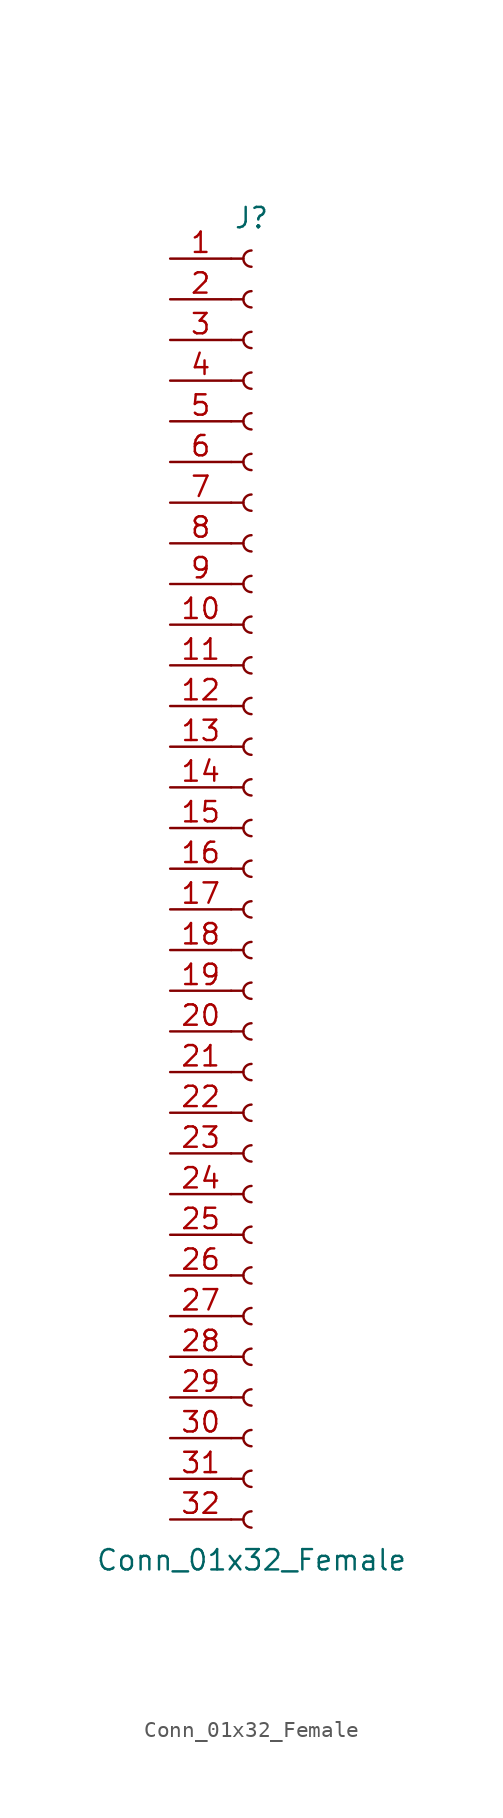
<source format=kicad_sym>
(kicad_symbol_lib
  (version 20201005)
  (generator kicad_symbol_editor)
  (symbol "Connector:Conn_01x32_Female"
    (pin_names
      (offset 1.016) hide)
    (property "Reference" "J"
      (at 0 40.64 0)
      (effects (font (size 1.27 1.27))))
    (property "Value" "Conn_01x32_Female"
      (at 0 -43.18 0)
      (effects (font (size 1.27 1.27))))
    (symbol "Conn_01x32_Female_1_1"
      (arc (start 0 -40.132) (end 0 -41.148) (radius (at 0 -40.64) (length 0.508) (angles 90.1 -90.1)) (stroke (width 0.1524)) (fill (type none)))
      (arc (start 0 -37.592) (end 0 -38.608) (radius (at 0 -38.1) (length 0.508) (angles 90.1 -90.1)) (stroke (width 0.1524)) (fill (type none)))
      (arc (start 0 -35.052) (end 0 -36.068) (radius (at 0 -35.56) (length 0.508) (angles 90.1 -90.1)) (stroke (width 0.1524)) (fill (type none)))
      (arc (start 0 -32.512) (end 0 -33.528) (radius (at 0 -33.02) (length 0.508) (angles 90.1 -90.1)) (stroke (width 0.1524)) (fill (type none)))
      (arc (start 0 -29.972) (end 0 -30.988) (radius (at 0 -30.48) (length 0.508) (angles 90.1 -90.1)) (stroke (width 0.1524)) (fill (type none)))
      (arc (start 0 -27.432) (end 0 -28.448) (radius (at 0 -27.94) (length 0.508) (angles 90.1 -90.1)) (stroke (width 0.1524)) (fill (type none)))
      (arc (start 0 -24.892) (end 0 -25.908) (radius (at 0 -25.4) (length 0.508) (angles 90.1 -90.1)) (stroke (width 0.1524)) (fill (type none)))
      (arc (start 0 -22.352) (end 0 -23.368) (radius (at 0 -22.86) (length 0.508) (angles 90.1 -90.1)) (stroke (width 0.1524)) (fill (type none)))
      (arc (start 0 -19.812) (end 0 -20.828) (radius (at 0 -20.32) (length 0.508) (angles 90.1 -90.1)) (stroke (width 0.1524)) (fill (type none)))
      (arc (start 0 -17.272) (end 0 -18.288) (radius (at 0 -17.78) (length 0.508) (angles 90.1 -90.1)) (stroke (width 0.1524)) (fill (type none)))
      (arc (start 0 -14.732) (end 0 -15.748) (radius (at 0 -15.24) (length 0.508) (angles 90.1 -90.1)) (stroke (width 0.1524)) (fill (type none)))
      (arc (start 0 -12.192) (end 0 -13.208) (radius (at 0 -12.7) (length 0.508) (angles 90.1 -90.1)) (stroke (width 0.1524)) (fill (type none)))
      (arc (start 0 -9.652) (end 0 -10.668) (radius (at 0 -10.16) (length 0.508) (angles 90.1 -90.1)) (stroke (width 0.1524)) (fill (type none)))
      (arc (start 0 -7.112) (end 0 -8.128) (radius (at 0 -7.62) (length 0.508) (angles 90.1 -90.1)) (stroke (width 0.1524)) (fill (type none)))
      (arc (start 0 -4.572) (end 0 -5.588) (radius (at 0 -5.08) (length 0.508) (angles 90.1 -90.1)) (stroke (width 0.1524)) (fill (type none)))
      (arc (start 0 -2.032) (end 0 -3.048) (radius (at 0 -2.54) (length 0.508) (angles 90.1 -90.1)) (stroke (width 0.1524)) (fill (type none)))
      (arc (start 0 0.508) (end 0 -0.508) (radius (at 0 0) (length 0.508) (angles 90.1 -90.1)) (stroke (width 0.1524)) (fill (type none)))
      (arc (start 0 3.048) (end 0 2.032) (radius (at 0 2.54) (length 0.508) (angles 90.1 -90.1)) (stroke (width 0.1524)) (fill (type none)))
      (arc (start 0 5.588) (end 0 4.572) (radius (at 0 5.08) (length 0.508) (angles 90.1 -90.1)) (stroke (width 0.1524)) (fill (type none)))
      (arc (start 0 8.128) (end 0 7.112) (radius (at 0 7.62) (length 0.508) (angles 90.1 -90.1)) (stroke (width 0.1524)) (fill (type none)))
      (arc (start 0 10.668) (end 0 9.652) (radius (at 0 10.16) (length 0.508) (angles 90.1 -90.1)) (stroke (width 0.1524)) (fill (type none)))
      (arc (start 0 13.208) (end 0 12.192) (radius (at 0 12.7) (length 0.508) (angles 90.1 -90.1)) (stroke (width 0.1524)) (fill (type none)))
      (arc (start 0 15.748) (end 0 14.732) (radius (at 0 15.24) (length 0.508) (angles 90.1 -90.1)) (stroke (width 0.1524)) (fill (type none)))
      (arc (start 0 18.288) (end 0 17.272) (radius (at 0 17.78) (length 0.508) (angles 90.1 -90.1)) (stroke (width 0.1524)) (fill (type none)))
      (arc (start 0 20.828) (end 0 19.812) (radius (at 0 20.32) (length 0.508) (angles 90.1 -90.1)) (stroke (width 0.1524)) (fill (type none)))
      (arc (start 0 23.368) (end 0 22.352) (radius (at 0 22.86) (length 0.508) (angles 90.1 -90.1)) (stroke (width 0.1524)) (fill (type none)))
      (arc (start 0 25.908) (end 0 24.892) (radius (at 0 25.4) (length 0.508) (angles 90.1 -90.1)) (stroke (width 0.1524)) (fill (type none)))
      (arc (start 0 28.448) (end 0 27.432) (radius (at 0 27.94) (length 0.508) (angles 90.1 -90.1)) (stroke (width 0.1524)) (fill (type none)))
      (arc (start 0 30.988) (end 0 29.972) (radius (at 0 30.48) (length 0.508) (angles 90.1 -90.1)) (stroke (width 0.1524)) (fill (type none)))
      (arc (start 0 33.528) (end 0 32.512) (radius (at 0 33.02) (length 0.508) (angles 90.1 -90.1)) (stroke (width 0.1524)) (fill (type none)))
      (arc (start 0 36.068) (end 0 35.052) (radius (at 0 35.56) (length 0.508) (angles 90.1 -90.1)) (stroke (width 0.1524)) (fill (type none)))
      (arc (start 0 38.608) (end 0 37.592) (radius (at 0 38.1) (length 0.508) (angles 90.1 -90.1)) (stroke (width 0.1524)) (fill (type none)))
      (polyline (pts (xy -1.27 -40.64) (xy -0.508 -40.64)) (stroke (width 0.152)) (fill (type none)))
      (polyline (pts (xy -1.27 -38.1) (xy -0.508 -38.1)) (stroke (width 0.152)) (fill (type none)))
      (polyline (pts (xy -1.27 -35.56) (xy -0.508 -35.56)) (stroke (width 0.152)) (fill (type none)))
      (polyline (pts (xy -1.27 -33.02) (xy -0.508 -33.02)) (stroke (width 0.152)) (fill (type none)))
      (polyline (pts (xy -1.27 -30.48) (xy -0.508 -30.48)) (stroke (width 0.152)) (fill (type none)))
      (polyline (pts (xy -1.27 -27.94) (xy -0.508 -27.94)) (stroke (width 0.152)) (fill (type none)))
      (polyline (pts (xy -1.27 -25.4) (xy -0.508 -25.4)) (stroke (width 0.152)) (fill (type none)))
      (polyline (pts (xy -1.27 -22.86) (xy -0.508 -22.86)) (stroke (width 0.152)) (fill (type none)))
      (polyline (pts (xy -1.27 -20.32) (xy -0.508 -20.32)) (stroke (width 0.152)) (fill (type none)))
      (polyline (pts (xy -1.27 -17.78) (xy -0.508 -17.78)) (stroke (width 0.152)) (fill (type none)))
      (polyline (pts (xy -1.27 -15.24) (xy -0.508 -15.24)) (stroke (width 0.152)) (fill (type none)))
      (polyline (pts (xy -1.27 -12.7) (xy -0.508 -12.7)) (stroke (width 0.152)) (fill (type none)))
      (polyline (pts (xy -1.27 -10.16) (xy -0.508 -10.16)) (stroke (width 0.152)) (fill (type none)))
      (polyline (pts (xy -1.27 -7.62) (xy -0.508 -7.62)) (stroke (width 0.152)) (fill (type none)))
      (polyline (pts (xy -1.27 -5.08) (xy -0.508 -5.08)) (stroke (width 0.152)) (fill (type none)))
      (polyline (pts (xy -1.27 -2.54) (xy -0.508 -2.54)) (stroke (width 0.152)) (fill (type none)))
      (polyline (pts (xy -1.27 0) (xy -0.508 0)) (stroke (width 0.152)) (fill (type none)))
      (polyline (pts (xy -1.27 2.54) (xy -0.508 2.54)) (stroke (width 0.152)) (fill (type none)))
      (polyline (pts (xy -1.27 5.08) (xy -0.508 5.08)) (stroke (width 0.152)) (fill (type none)))
      (polyline (pts (xy -1.27 7.62) (xy -0.508 7.62)) (stroke (width 0.152)) (fill (type none)))
      (polyline (pts (xy -1.27 10.16) (xy -0.508 10.16)) (stroke (width 0.152)) (fill (type none)))
      (polyline (pts (xy -1.27 12.7) (xy -0.508 12.7)) (stroke (width 0.152)) (fill (type none)))
      (polyline (pts (xy -1.27 15.24) (xy -0.508 15.24)) (stroke (width 0.152)) (fill (type none)))
      (polyline (pts (xy -1.27 17.78) (xy -0.508 17.78)) (stroke (width 0.152)) (fill (type none)))
      (polyline (pts (xy -1.27 20.32) (xy -0.508 20.32)) (stroke (width 0.152)) (fill (type none)))
      (polyline (pts (xy -1.27 22.86) (xy -0.508 22.86)) (stroke (width 0.152)) (fill (type none)))
      (polyline (pts (xy -1.27 25.4) (xy -0.508 25.4)) (stroke (width 0.152)) (fill (type none)))
      (polyline (pts (xy -1.27 27.94) (xy -0.508 27.94)) (stroke (width 0.152)) (fill (type none)))
      (polyline (pts (xy -1.27 30.48) (xy -0.508 30.48)) (stroke (width 0.152)) (fill (type none)))
      (polyline (pts (xy -1.27 33.02) (xy -0.508 33.02)) (stroke (width 0.152)) (fill (type none)))
      (polyline (pts (xy -1.27 35.56) (xy -0.508 35.56)) (stroke (width 0.152)) (fill (type none)))
      (polyline (pts (xy -1.27 38.1) (xy -0.508 38.1)) (stroke (width 0.152)) (fill (type none)))
      (pin passive line (at -5.08 38.1 0) (length 3.81) (name "Pin_1" (effects (font (size 1.27 1.27)))) (number "1" (effects (font (size 1.27 1.27)))))
      (pin passive line (at -5.08 15.24 0) (length 3.81) (name "Pin_10" (effects (font (size 1.27 1.27)))) (number "10" (effects (font (size 1.27 1.27)))))
      (pin passive line (at -5.08 12.7 0) (length 3.81) (name "Pin_11" (effects (font (size 1.27 1.27)))) (number "11" (effects (font (size 1.27 1.27)))))
      (pin passive line (at -5.08 10.16 0) (length 3.81) (name "Pin_12" (effects (font (size 1.27 1.27)))) (number "12" (effects (font (size 1.27 1.27)))))
      (pin passive line (at -5.08 7.62 0) (length 3.81) (name "Pin_13" (effects (font (size 1.27 1.27)))) (number "13" (effects (font (size 1.27 1.27)))))
      (pin passive line (at -5.08 5.08 0) (length 3.81) (name "Pin_14" (effects (font (size 1.27 1.27)))) (number "14" (effects (font (size 1.27 1.27)))))
      (pin passive line (at -5.08 2.54 0) (length 3.81) (name "Pin_15" (effects (font (size 1.27 1.27)))) (number "15" (effects (font (size 1.27 1.27)))))
      (pin passive line (at -5.08 0 0) (length 3.81) (name "Pin_16" (effects (font (size 1.27 1.27)))) (number "16" (effects (font (size 1.27 1.27)))))
      (pin passive line (at -5.08 -2.54 0) (length 3.81) (name "Pin_17" (effects (font (size 1.27 1.27)))) (number "17" (effects (font (size 1.27 1.27)))))
      (pin passive line (at -5.08 -5.08 0) (length 3.81) (name "Pin_18" (effects (font (size 1.27 1.27)))) (number "18" (effects (font (size 1.27 1.27)))))
      (pin passive line (at -5.08 -7.62 0) (length 3.81) (name "Pin_19" (effects (font (size 1.27 1.27)))) (number "19" (effects (font (size 1.27 1.27)))))
      (pin passive line (at -5.08 35.56 0) (length 3.81) (name "Pin_2" (effects (font (size 1.27 1.27)))) (number "2" (effects (font (size 1.27 1.27)))))
      (pin passive line (at -5.08 -10.16 0) (length 3.81) (name "Pin_20" (effects (font (size 1.27 1.27)))) (number "20" (effects (font (size 1.27 1.27)))))
      (pin passive line (at -5.08 -12.7 0) (length 3.81) (name "Pin_21" (effects (font (size 1.27 1.27)))) (number "21" (effects (font (size 1.27 1.27)))))
      (pin passive line (at -5.08 -15.24 0) (length 3.81) (name "Pin_22" (effects (font (size 1.27 1.27)))) (number "22" (effects (font (size 1.27 1.27)))))
      (pin passive line (at -5.08 -17.78 0) (length 3.81) (name "Pin_23" (effects (font (size 1.27 1.27)))) (number "23" (effects (font (size 1.27 1.27)))))
      (pin passive line (at -5.08 -20.32 0) (length 3.81) (name "Pin_24" (effects (font (size 1.27 1.27)))) (number "24" (effects (font (size 1.27 1.27)))))
      (pin passive line (at -5.08 -22.86 0) (length 3.81) (name "Pin_25" (effects (font (size 1.27 1.27)))) (number "25" (effects (font (size 1.27 1.27)))))
      (pin passive line (at -5.08 -25.4 0) (length 3.81) (name "Pin_26" (effects (font (size 1.27 1.27)))) (number "26" (effects (font (size 1.27 1.27)))))
      (pin passive line (at -5.08 -27.94 0) (length 3.81) (name "Pin_27" (effects (font (size 1.27 1.27)))) (number "27" (effects (font (size 1.27 1.27)))))
      (pin passive line (at -5.08 -30.48 0) (length 3.81) (name "Pin_28" (effects (font (size 1.27 1.27)))) (number "28" (effects (font (size 1.27 1.27)))))
      (pin passive line (at -5.08 -33.02 0) (length 3.81) (name "Pin_29" (effects (font (size 1.27 1.27)))) (number "29" (effects (font (size 1.27 1.27)))))
      (pin passive line (at -5.08 33.02 0) (length 3.81) (name "Pin_3" (effects (font (size 1.27 1.27)))) (number "3" (effects (font (size 1.27 1.27)))))
      (pin passive line (at -5.08 -35.56 0) (length 3.81) (name "Pin_30" (effects (font (size 1.27 1.27)))) (number "30" (effects (font (size 1.27 1.27)))))
      (pin passive line (at -5.08 -38.1 0) (length 3.81) (name "Pin_31" (effects (font (size 1.27 1.27)))) (number "31" (effects (font (size 1.27 1.27)))))
      (pin passive line (at -5.08 -40.64 0) (length 3.81) (name "Pin_32" (effects (font (size 1.27 1.27)))) (number "32" (effects (font (size 1.27 1.27)))))
      (pin passive line (at -5.08 30.48 0) (length 3.81) (name "Pin_4" (effects (font (size 1.27 1.27)))) (number "4" (effects (font (size 1.27 1.27)))))
      (pin passive line (at -5.08 27.94 0) (length 3.81) (name "Pin_5" (effects (font (size 1.27 1.27)))) (number "5" (effects (font (size 1.27 1.27)))))
      (pin passive line (at -5.08 25.4 0) (length 3.81) (name "Pin_6" (effects (font (size 1.27 1.27)))) (number "6" (effects (font (size 1.27 1.27)))))
      (pin passive line (at -5.08 22.86 0) (length 3.81) (name "Pin_7" (effects (font (size 1.27 1.27)))) (number "7" (effects (font (size 1.27 1.27)))))
      (pin passive line (at -5.08 20.32 0) (length 3.81) (name "Pin_8" (effects (font (size 1.27 1.27)))) (number "8" (effects (font (size 1.27 1.27)))))
      (pin passive line (at -5.08 17.78 0) (length 3.81) (name "Pin_9" (effects (font (size 1.27 1.27)))) (number "9" (effects (font (size 1.27 1.27))))))))
</source>
